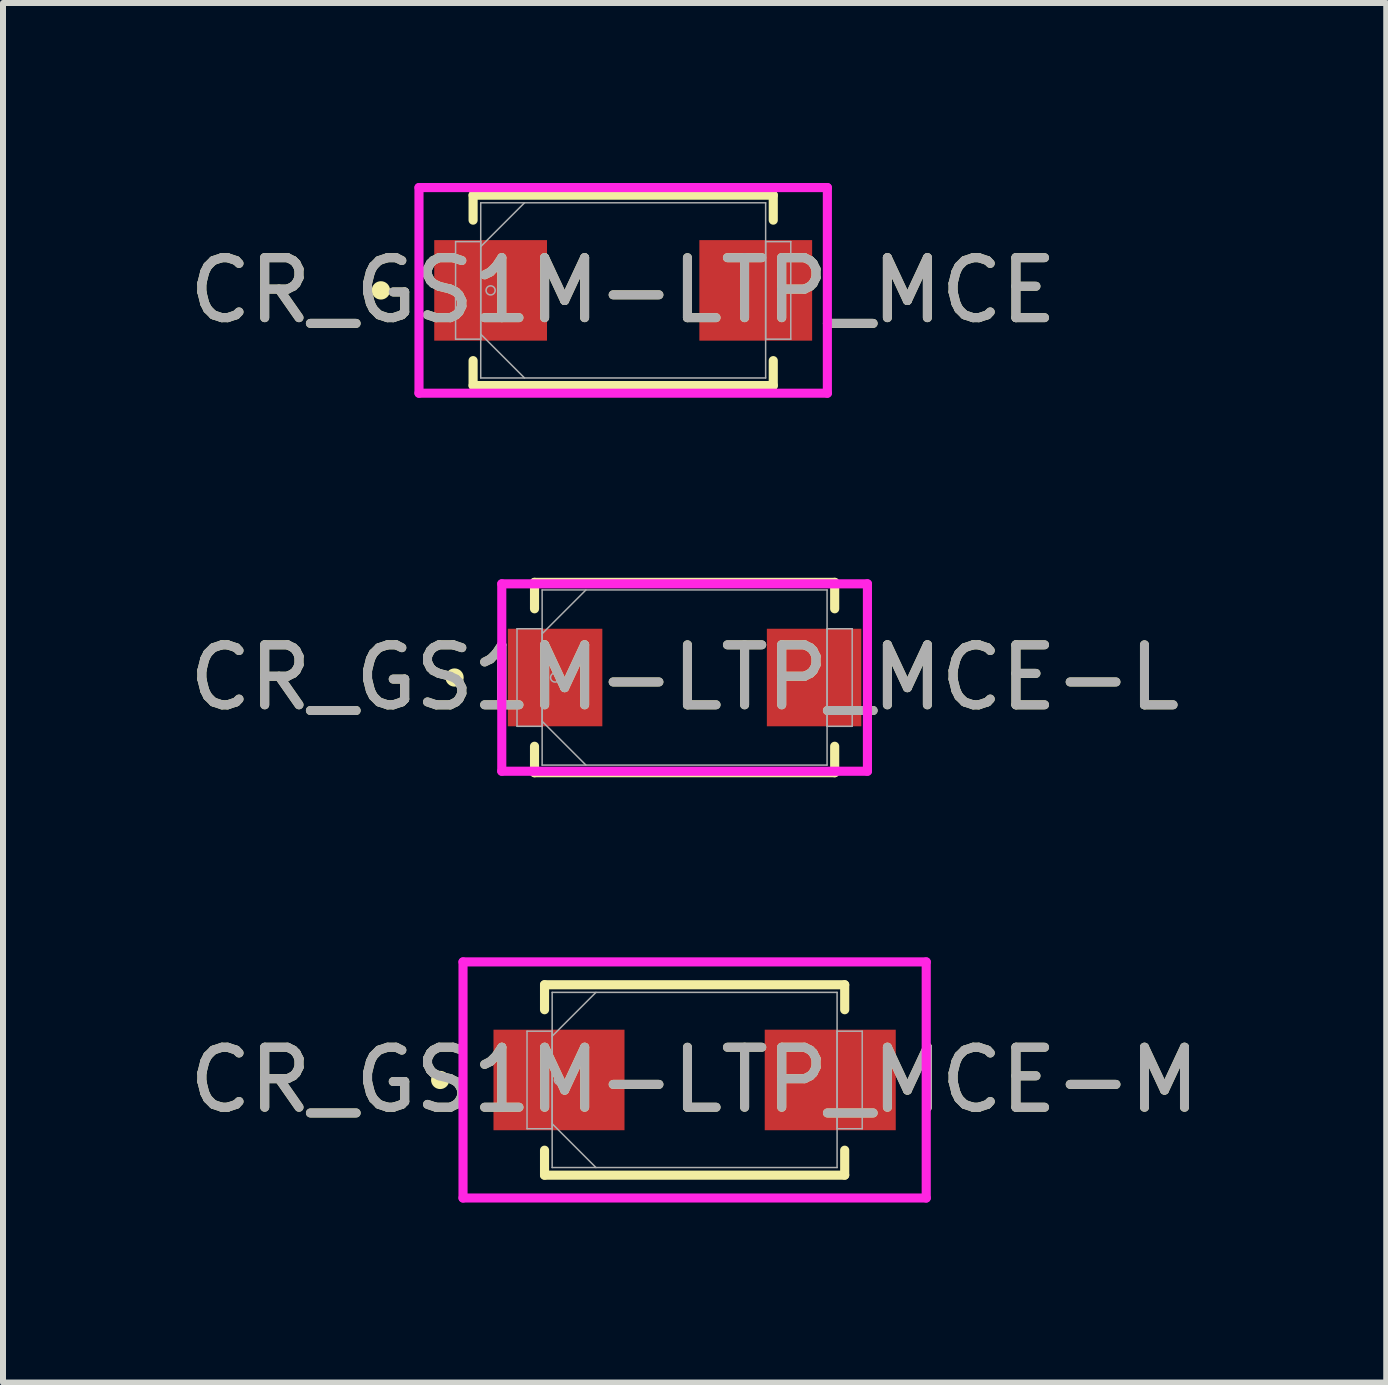
<source format=kicad_pcb>
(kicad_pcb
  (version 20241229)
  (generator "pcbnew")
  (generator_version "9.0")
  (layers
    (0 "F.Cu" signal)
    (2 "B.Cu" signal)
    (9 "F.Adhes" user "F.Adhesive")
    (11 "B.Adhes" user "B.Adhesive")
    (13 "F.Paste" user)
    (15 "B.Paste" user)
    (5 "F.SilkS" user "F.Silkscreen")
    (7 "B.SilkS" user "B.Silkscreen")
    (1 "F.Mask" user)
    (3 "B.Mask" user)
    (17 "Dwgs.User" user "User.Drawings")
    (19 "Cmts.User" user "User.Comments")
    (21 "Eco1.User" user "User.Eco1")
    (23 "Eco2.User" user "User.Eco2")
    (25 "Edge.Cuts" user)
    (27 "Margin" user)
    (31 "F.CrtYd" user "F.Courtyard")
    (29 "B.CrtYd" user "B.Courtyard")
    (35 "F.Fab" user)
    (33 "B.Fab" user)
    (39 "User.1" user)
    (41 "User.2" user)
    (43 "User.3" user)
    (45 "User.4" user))
  (footprint "CR_GS1M-LTP_MCE-M"
    (layer "F.Cu")
    (at 8.53 14.954)
    (property "Reference" "CR_GS1M-LTP_MCE-M" (at 0 0 0) (unlocked yes) (layer "F.SilkS") (effects (font (size 1 1) (thickness 0.15))))
    (attr smd)
    (fp_line (start -2.502 -1.587) (end -2.502 -1.171) (stroke (width 0.152) (type solid)) (layer "F.SilkS"))
    (fp_line (start -2.502 1.171) (end -2.502 1.587) (stroke (width 0.152) (type solid)) (layer "F.SilkS"))
    (fp_line (start -2.502 1.587) (end 2.502 1.587) (stroke (width 0.152) (type solid)) (layer "F.SilkS"))
    (fp_line (start 2.502 -1.587) (end -2.502 -1.587) (stroke (width 0.152) (type solid)) (layer "F.SilkS"))
    (fp_line (start 2.502 -1.171) (end 2.502 -1.587) (stroke (width 0.152) (type solid)) (layer "F.SilkS"))
    (fp_line (start 2.502 1.587) (end 2.502 1.171) (stroke (width 0.152) (type solid)) (layer "F.SilkS"))
    (fp_circle (center -4.242 0) (end -4.166 0) (stroke (width 0.152) (type solid)) (fill no) (layer "F.SilkS"))
    (fp_line (start -3.861 -1.968) (end 3.861 -1.968) (stroke (width 0.152) (type solid)) (layer "F.CrtYd"))
    (fp_line (start -3.861 1.968) (end -3.861 -1.968) (stroke (width 0.152) (type solid)) (layer "F.CrtYd"))
    (fp_line (start 3.861 -1.968) (end 3.861 1.968) (stroke (width 0.152) (type solid)) (layer "F.CrtYd"))
    (fp_line (start 3.861 1.968) (end -3.861 1.968) (stroke (width 0.152) (type solid)) (layer "F.CrtYd"))
    (fp_line (start -2.794 -0.813) (end -2.794 0.813) (stroke (width 0.025) (type solid)) (layer "F.Fab"))
    (fp_line (start -2.794 0.813) (end -2.375 0.813) (stroke (width 0.025) (type solid)) (layer "F.Fab"))
    (fp_line (start -2.375 -1.46) (end -2.375 1.46) (stroke (width 0.025) (type solid)) (layer "F.Fab"))
    (fp_line (start -2.375 -0.813) (end -2.794 -0.813) (stroke (width 0.025) (type solid)) (layer "F.Fab"))
    (fp_line (start -2.375 -0.73) (end -1.645 -1.46) (stroke (width 0.025) (type solid)) (layer "F.Fab"))
    (fp_line (start -2.375 0.73) (end -1.645 1.46) (stroke (width 0.025) (type solid)) (layer "F.Fab"))
    (fp_line (start -2.375 0.813) (end -2.375 -0.813) (stroke (width 0.025) (type solid)) (layer "F.Fab"))
    (fp_line (start -2.375 1.46) (end 2.375 1.46) (stroke (width 0.025) (type solid)) (layer "F.Fab"))
    (fp_line (start 2.375 -1.46) (end -2.375 -1.46) (stroke (width 0.025) (type solid)) (layer "F.Fab"))
    (fp_line (start 2.375 -0.813) (end 2.375 0.813) (stroke (width 0.025) (type solid)) (layer "F.Fab"))
    (fp_line (start 2.375 0.813) (end 2.794 0.813) (stroke (width 0.025) (type solid)) (layer "F.Fab"))
    (fp_line (start 2.375 1.46) (end 2.375 -1.46) (stroke (width 0.025) (type solid)) (layer "F.Fab"))
    (fp_line (start 2.794 -0.813) (end 2.375 -0.813) (stroke (width 0.025) (type solid)) (layer "F.Fab"))
    (fp_line (start 2.794 0.813) (end 2.794 -0.813) (stroke (width 0.025) (type solid)) (layer "F.Fab"))
    (fp_circle (center -2.261 0) (end -2.184 0) (stroke (width 0.025) (type solid)) (fill no) (layer "F.Fab"))
    (fp_text user "${REFERENCE}" (at 0 0 0) (unlocked yes) (layer "F.Fab") (effects (font (size 1 1) (thickness 0.15))))
    (pad "1" smd rect (at -2.261 0) (size 2.184 1.676) (layers "F.Cu" "F.Mask" "F.Paste"))
    (pad "2" smd rect (at 2.261 0) (size 2.184 1.676) (layers "F.Cu" "F.Mask" "F.Paste"))
    (zone (net_name "") (layer "F.Cu") (hatch full 0.508) (connect_pads) (min_thickness 0.254) (filled_areas_thickness no) (keepout (tracks not_allowed) (vias not_allowed) (pads allowed) (copperpour not_allowed) (footprints allowed)) (placement (enabled no)) (fill) (polygon (pts (xy 7.412 13.544) (xy 9.647 13.544) (xy 9.647 16.363) (xy 7.412 16.363)))))
  (footprint "CR_GS1M-LTP_MCE-L"
    (layer "F.Cu")
    (at 8.363 8.245)
    (property "Reference" "CR_GS1M-LTP_MCE-L" (at 0 0 0) (unlocked yes) (layer "F.SilkS") (effects (font (size 1 1) (thickness 0.15))))
    (attr smd)
    (fp_line (start -2.502 -1.587) (end -2.502 -1.146) (stroke (width 0.152) (type solid)) (layer "F.SilkS"))
    (fp_line (start -2.502 1.146) (end -2.502 1.587) (stroke (width 0.152) (type solid)) (layer "F.SilkS"))
    (fp_line (start -2.502 1.587) (end 2.502 1.587) (stroke (width 0.152) (type solid)) (layer "F.SilkS"))
    (fp_line (start 2.502 -1.587) (end -2.502 -1.587) (stroke (width 0.152) (type solid)) (layer "F.SilkS"))
    (fp_line (start 2.502 -1.146) (end 2.502 -1.587) (stroke (width 0.152) (type solid)) (layer "F.SilkS"))
    (fp_line (start 2.502 1.587) (end 2.502 1.146) (stroke (width 0.152) (type solid)) (layer "F.SilkS"))
    (fp_circle (center -3.835 0) (end -3.759 0) (stroke (width 0.152) (type solid)) (fill no) (layer "F.SilkS"))
    (fp_line (start -3.048 -1.562) (end 3.048 -1.562) (stroke (width 0.152) (type solid)) (layer "F.CrtYd"))
    (fp_line (start -3.048 1.562) (end -3.048 -1.562) (stroke (width 0.152) (type solid)) (layer "F.CrtYd"))
    (fp_line (start 3.048 -1.562) (end 3.048 1.562) (stroke (width 0.152) (type solid)) (layer "F.CrtYd"))
    (fp_line (start 3.048 1.562) (end -3.048 1.562) (stroke (width 0.152) (type solid)) (layer "F.CrtYd"))
    (fp_line (start -2.794 -0.813) (end -2.794 0.813) (stroke (width 0.025) (type solid)) (layer "F.Fab"))
    (fp_line (start -2.794 0.813) (end -2.375 0.813) (stroke (width 0.025) (type solid)) (layer "F.Fab"))
    (fp_line (start -2.375 -1.46) (end -2.375 1.46) (stroke (width 0.025) (type solid)) (layer "F.Fab"))
    (fp_line (start -2.375 -0.813) (end -2.794 -0.813) (stroke (width 0.025) (type solid)) (layer "F.Fab"))
    (fp_line (start -2.375 -0.73) (end -1.645 -1.46) (stroke (width 0.025) (type solid)) (layer "F.Fab"))
    (fp_line (start -2.375 0.73) (end -1.645 1.46) (stroke (width 0.025) (type solid)) (layer "F.Fab"))
    (fp_line (start -2.375 0.813) (end -2.375 -0.813) (stroke (width 0.025) (type solid)) (layer "F.Fab"))
    (fp_line (start -2.375 1.46) (end 2.375 1.46) (stroke (width 0.025) (type solid)) (layer "F.Fab"))
    (fp_line (start 2.375 -1.46) (end -2.375 -1.46) (stroke (width 0.025) (type solid)) (layer "F.Fab"))
    (fp_line (start 2.375 -0.813) (end 2.375 0.813) (stroke (width 0.025) (type solid)) (layer "F.Fab"))
    (fp_line (start 2.375 0.813) (end 2.794 0.813) (stroke (width 0.025) (type solid)) (layer "F.Fab"))
    (fp_line (start 2.375 1.46) (end 2.375 -1.46) (stroke (width 0.025) (type solid)) (layer "F.Fab"))
    (fp_line (start 2.794 -0.813) (end 2.375 -0.813) (stroke (width 0.025) (type solid)) (layer "F.Fab"))
    (fp_line (start 2.794 0.813) (end 2.794 -0.813) (stroke (width 0.025) (type solid)) (layer "F.Fab"))
    (fp_circle (center -2.159 0) (end -2.083 0) (stroke (width 0.025) (type solid)) (fill no) (layer "F.Fab"))
    (fp_text user "${REFERENCE}" (at 0 0 0) (unlocked yes) (layer "F.Fab") (effects (font (size 1 1) (thickness 0.15))))
    (pad "1" smd rect (at -2.159 0) (size 1.575 1.626) (layers "F.Cu" "F.Mask" "F.Paste"))
    (pad "2" smd rect (at 2.159 0) (size 1.575 1.626) (layers "F.Cu" "F.Mask" "F.Paste"))
    (zone (net_name "") (layer "F.Cu") (hatch full 0.508) (connect_pads) (min_thickness 0.254) (filled_areas_thickness no) (keepout (tracks not_allowed) (vias not_allowed) (pads allowed) (copperpour not_allowed) (footprints allowed)) (placement (enabled no)) (fill) (polygon (pts (xy 7.042 6.835) (xy 9.684 6.835) (xy 9.684 9.655) (xy 7.042 9.655)))))
  (footprint "CR_GS1M-LTP_MCE"
    (layer "F.Cu")
    (at 7.339 1.791)
    (property "Reference" "CR_GS1M-LTP_MCE" (at 0 0 0) (unlocked yes) (layer "F.SilkS") (effects (font (size 1 1) (thickness 0.15))))
    (attr smd)
    (fp_line (start -2.502 -1.587) (end -2.502 -1.171) (stroke (width 0.152) (type solid)) (layer "F.SilkS"))
    (fp_line (start -2.502 1.171) (end -2.502 1.587) (stroke (width 0.152) (type solid)) (layer "F.SilkS"))
    (fp_line (start -2.502 1.587) (end 2.502 1.587) (stroke (width 0.152) (type solid)) (layer "F.SilkS"))
    (fp_line (start 2.502 -1.587) (end -2.502 -1.587) (stroke (width 0.152) (type solid)) (layer "F.SilkS"))
    (fp_line (start 2.502 -1.171) (end 2.502 -1.587) (stroke (width 0.152) (type solid)) (layer "F.SilkS"))
    (fp_line (start 2.502 1.587) (end 2.502 1.171) (stroke (width 0.152) (type solid)) (layer "F.SilkS"))
    (fp_circle (center -4.039 0) (end -3.962 0) (stroke (width 0.152) (type solid)) (fill no) (layer "F.SilkS"))
    (fp_line (start -3.404 -1.714) (end 3.404 -1.714) (stroke (width 0.152) (type solid)) (layer "F.CrtYd"))
    (fp_line (start -3.404 1.714) (end -3.404 -1.714) (stroke (width 0.152) (type solid)) (layer "F.CrtYd"))
    (fp_line (start 3.404 -1.714) (end 3.404 1.714) (stroke (width 0.152) (type solid)) (layer "F.CrtYd"))
    (fp_line (start 3.404 1.714) (end -3.404 1.714) (stroke (width 0.152) (type solid)) (layer "F.CrtYd"))
    (fp_line (start -2.794 -0.813) (end -2.794 0.813) (stroke (width 0.025) (type solid)) (layer "F.Fab"))
    (fp_line (start -2.794 0.813) (end -2.375 0.813) (stroke (width 0.025) (type solid)) (layer "F.Fab"))
    (fp_line (start -2.375 -1.46) (end -2.375 1.46) (stroke (width 0.025) (type solid)) (layer "F.Fab"))
    (fp_line (start -2.375 -0.813) (end -2.794 -0.813) (stroke (width 0.025) (type solid)) (layer "F.Fab"))
    (fp_line (start -2.375 -0.73) (end -1.645 -1.46) (stroke (width 0.025) (type solid)) (layer "F.Fab"))
    (fp_line (start -2.375 0.73) (end -1.645 1.46) (stroke (width 0.025) (type solid)) (layer "F.Fab"))
    (fp_line (start -2.375 0.813) (end -2.375 -0.813) (stroke (width 0.025) (type solid)) (layer "F.Fab"))
    (fp_line (start -2.375 1.46) (end 2.375 1.46) (stroke (width 0.025) (type solid)) (layer "F.Fab"))
    (fp_line (start 2.375 -1.46) (end -2.375 -1.46) (stroke (width 0.025) (type solid)) (layer "F.Fab"))
    (fp_line (start 2.375 -0.813) (end 2.375 0.813) (stroke (width 0.025) (type solid)) (layer "F.Fab"))
    (fp_line (start 2.375 0.813) (end 2.794 0.813) (stroke (width 0.025) (type solid)) (layer "F.Fab"))
    (fp_line (start 2.375 1.46) (end 2.375 -1.46) (stroke (width 0.025) (type solid)) (layer "F.Fab"))
    (fp_line (start 2.794 -0.813) (end 2.375 -0.813) (stroke (width 0.025) (type solid)) (layer "F.Fab"))
    (fp_line (start 2.794 0.813) (end 2.794 -0.813) (stroke (width 0.025) (type solid)) (layer "F.Fab"))
    (fp_circle (center -2.21 0) (end -2.134 0) (stroke (width 0.025) (type solid)) (fill no) (layer "F.Fab"))
    (fp_text user "${REFERENCE}" (at 0 0 0) (unlocked yes) (layer "F.Fab") (effects (font (size 1 1) (thickness 0.15))))
    (pad "1" smd rect (at -2.21 0) (size 1.88 1.676) (layers "F.Cu" "F.Mask" "F.Paste"))
    (pad "2" smd rect (at 2.21 0) (size 1.88 1.676) (layers "F.Cu" "F.Mask" "F.Paste"))
    (zone (net_name "") (layer "F.Cu") (hatch full 0.508) (connect_pads) (min_thickness 0.254) (filled_areas_thickness no) (keepout (tracks not_allowed) (vias not_allowed) (pads allowed) (copperpour not_allowed) (footprints allowed)) (placement (enabled no)) (fill) (polygon (pts (xy 6.12 0.381) (xy 8.558 0.381) (xy 8.558 3.2) (xy 6.12 3.2)))))
  (gr_rect
    (start -3 -3)
    (end 20.06 19.998)
    (stroke (width 0.1) (type default))
    (fill no)
    (layer "Edge.Cuts")))
</source>
